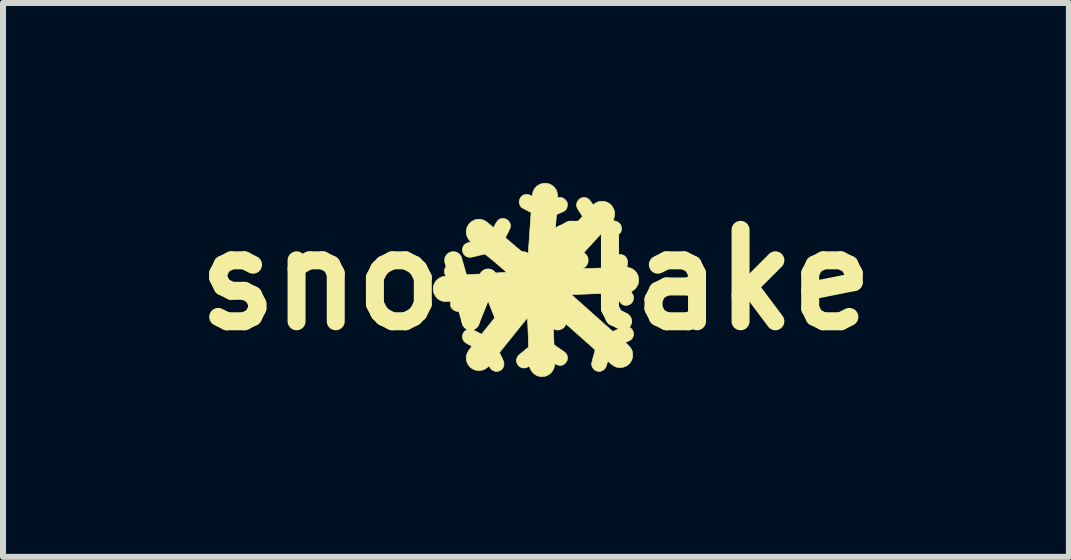
<source format=kicad_pcb>
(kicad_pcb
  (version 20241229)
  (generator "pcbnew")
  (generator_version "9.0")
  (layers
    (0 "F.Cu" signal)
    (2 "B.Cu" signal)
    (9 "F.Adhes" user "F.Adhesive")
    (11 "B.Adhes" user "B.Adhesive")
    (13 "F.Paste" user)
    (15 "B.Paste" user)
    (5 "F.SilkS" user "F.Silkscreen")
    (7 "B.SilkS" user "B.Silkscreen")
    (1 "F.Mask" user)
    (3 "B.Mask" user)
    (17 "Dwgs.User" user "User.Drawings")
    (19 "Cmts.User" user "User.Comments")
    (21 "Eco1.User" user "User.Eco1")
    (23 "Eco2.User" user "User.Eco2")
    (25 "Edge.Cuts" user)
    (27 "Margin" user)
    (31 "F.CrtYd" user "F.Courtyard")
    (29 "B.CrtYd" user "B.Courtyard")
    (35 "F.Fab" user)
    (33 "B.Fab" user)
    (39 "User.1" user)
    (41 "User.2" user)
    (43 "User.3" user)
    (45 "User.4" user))
  (footprint "snowflake"
    (layer "F.Cu")
    (at 5.886 1.617)
    (property "Reference" "snowflake" (at 0 0 0) (layer "F.SilkS") (effects (font (size 1.524 1.524) (thickness 0.3))))
    (attr through_hole)
    (fp_poly (pts (xy 0.179 -1.611) (xy 0.216 -1.602) (xy 0.251 -1.587) (xy 0.282 -1.566) (xy 0.309 -1.539) (xy 0.332 -1.509) (xy 0.348 -1.474) (xy 0.357 -1.436) (xy 0.36 -1.406) (xy 0.36 -1.371) (xy 0.387 -1.374) (xy 0.418 -1.374) (xy 0.445 -1.367) (xy 0.47 -1.353) (xy 0.487 -1.338) (xy 0.507 -1.315) (xy 0.519 -1.291) (xy 0.524 -1.265) (xy 0.524 -1.24) (xy 0.518 -1.21) (xy 0.506 -1.182) (xy 0.487 -1.16) (xy 0.481 -1.155) (xy 0.471 -1.148) (xy 0.455 -1.14) (xy 0.435 -1.13) (xy 0.413 -1.121) (xy 0.405 -1.117) (xy 0.381 -1.107) (xy 0.364 -1.1) (xy 0.352 -1.093) (xy 0.346 -1.089) (xy 0.342 -1.084) (xy 0.342 -1.083) (xy 0.341 -1.077) (xy 0.34 -1.064) (xy 0.338 -1.044) (xy 0.336 -1.018) (xy 0.334 -0.988) (xy 0.331 -0.954) (xy 0.329 -0.917) (xy 0.326 -0.877) (xy 0.323 -0.836) (xy 0.32 -0.795) (xy 0.318 -0.754) (xy 0.315 -0.715) (xy 0.313 -0.677) (xy 0.311 -0.643) (xy 0.309 -0.613) (xy 0.307 -0.587) (xy 0.306 -0.567) (xy 0.306 -0.554) (xy 0.306 -0.548) (xy 0.306 -0.548) (xy 0.309 -0.551) (xy 0.317 -0.559) (xy 0.33 -0.573) (xy 0.347 -0.591) (xy 0.368 -0.613) (xy 0.391 -0.639) (xy 0.418 -0.667) (xy 0.446 -0.698) (xy 0.476 -0.731) (xy 0.507 -0.765) (xy 0.539 -0.799) (xy 0.571 -0.834) (xy 0.602 -0.868) (xy 0.632 -0.901) (xy 0.66 -0.932) (xy 0.687 -0.961) (xy 0.711 -0.988) (xy 0.732 -1.011) (xy 0.749 -1.03) (xy 0.762 -1.045) (xy 0.771 -1.055) (xy 0.774 -1.059) (xy 0.774 -1.059) (xy 0.772 -1.064) (xy 0.767 -1.074) (xy 0.757 -1.089) (xy 0.746 -1.108) (xy 0.733 -1.127) (xy 0.715 -1.155) (xy 0.701 -1.176) (xy 0.691 -1.194) (xy 0.685 -1.207) (xy 0.68 -1.22) (xy 0.678 -1.231) (xy 0.677 -1.243) (xy 0.677 -1.248) (xy 0.681 -1.28) (xy 0.692 -1.308) (xy 0.709 -1.332) (xy 0.733 -1.354) (xy 0.761 -1.368) (xy 0.791 -1.375) (xy 0.822 -1.373) (xy 0.835 -1.37) (xy 0.855 -1.363) (xy 0.872 -1.352) (xy 0.889 -1.337) (xy 0.906 -1.317) (xy 0.921 -1.297) (xy 0.932 -1.281) (xy 0.942 -1.267) (xy 0.948 -1.258) (xy 0.951 -1.254) (xy 0.951 -1.254) (xy 0.955 -1.255) (xy 0.963 -1.26) (xy 0.968 -1.265) (xy 1.004 -1.288) (xy 1.041 -1.303) (xy 1.081 -1.311) (xy 1.12 -1.311) (xy 1.159 -1.304) (xy 1.196 -1.29) (xy 1.231 -1.268) (xy 1.25 -1.251) (xy 1.276 -1.219) (xy 1.295 -1.184) (xy 1.307 -1.147) (xy 1.312 -1.107) (xy 1.31 -1.068) (xy 1.301 -1.035) (xy 1.296 -1.02) (xy 1.291 -1.007) (xy 1.289 -0.999) (xy 1.289 -0.999) (xy 1.289 -0.994) (xy 1.295 -0.99) (xy 1.307 -0.986) (xy 1.313 -0.984) (xy 1.347 -0.973) (xy 1.374 -0.958) (xy 1.395 -0.939) (xy 1.412 -0.916) (xy 1.415 -0.91) (xy 1.422 -0.89) (xy 1.425 -0.866) (xy 1.425 -0.84) (xy 1.421 -0.817) (xy 1.415 -0.801) (xy 1.396 -0.775) (xy 1.372 -0.754) (xy 1.351 -0.742) (xy 1.337 -0.736) (xy 1.321 -0.733) (xy 1.303 -0.733) (xy 1.283 -0.735) (xy 1.258 -0.74) (xy 1.228 -0.748) (xy 1.191 -0.759) (xy 1.183 -0.762) (xy 1.103 -0.788) (xy 1.084 -0.767) (xy 1.057 -0.738) (xy 1.027 -0.705) (xy 0.995 -0.67) (xy 0.961 -0.633) (xy 0.925 -0.594) (xy 0.889 -0.555) (xy 0.853 -0.515) (xy 0.817 -0.475) (xy 0.781 -0.436) (xy 0.746 -0.398) (xy 0.713 -0.361) (xy 0.681 -0.326) (xy 0.652 -0.294) (xy 0.626 -0.265) (xy 0.603 -0.24) (xy 0.584 -0.218) (xy 0.568 -0.201) (xy 0.558 -0.189) (xy 0.552 -0.183) (xy 0.551 -0.182) (xy 0.554 -0.18) (xy 0.564 -0.18) (xy 0.579 -0.18) (xy 0.585 -0.18) (xy 0.595 -0.181) (xy 0.613 -0.181) (xy 0.637 -0.182) (xy 0.668 -0.184) (xy 0.704 -0.185) (xy 0.745 -0.186) (xy 0.79 -0.188) (xy 0.838 -0.19) (xy 0.889 -0.191) (xy 0.94 -0.193) (xy 0.991 -0.195) (xy 1.04 -0.196) (xy 1.085 -0.198) (xy 1.127 -0.2) (xy 1.164 -0.201) (xy 1.196 -0.202) (xy 1.223 -0.203) (xy 1.243 -0.204) (xy 1.255 -0.205) (xy 1.261 -0.205) (xy 1.261 -0.205) (xy 1.262 -0.21) (xy 1.264 -0.221) (xy 1.267 -0.238) (xy 1.27 -0.258) (xy 1.272 -0.272) (xy 1.277 -0.302) (xy 1.281 -0.325) (xy 1.286 -0.343) (xy 1.291 -0.357) (xy 1.297 -0.368) (xy 1.305 -0.379) (xy 1.308 -0.383) (xy 1.331 -0.403) (xy 1.357 -0.416) (xy 1.385 -0.423) (xy 1.413 -0.424) (xy 1.441 -0.418) (xy 1.466 -0.407) (xy 1.489 -0.39) (xy 1.507 -0.368) (xy 1.52 -0.341) (xy 1.524 -0.327) (xy 1.527 -0.311) (xy 1.527 -0.293) (xy 1.525 -0.272) (xy 1.524 -0.265) (xy 1.522 -0.247) (xy 1.52 -0.232) (xy 1.518 -0.222) (xy 1.517 -0.22) (xy 1.518 -0.216) (xy 1.525 -0.212) (xy 1.537 -0.208) (xy 1.546 -0.206) (xy 1.588 -0.193) (xy 1.625 -0.172) (xy 1.655 -0.146) (xy 1.681 -0.113) (xy 1.7 -0.074) (xy 1.701 -0.073) (xy 1.708 -0.046) (xy 1.712 -0.014) (xy 1.712 0.019) (xy 1.708 0.049) (xy 1.703 0.069) (xy 1.684 0.107) (xy 1.659 0.141) (xy 1.627 0.17) (xy 1.608 0.183) (xy 1.597 0.19) (xy 1.59 0.195) (xy 1.587 0.197) (xy 1.59 0.201) (xy 1.595 0.211) (xy 1.6 0.219) (xy 1.613 0.243) (xy 1.621 0.263) (xy 1.625 0.282) (xy 1.626 0.296) (xy 1.623 0.33) (xy 1.613 0.359) (xy 1.595 0.384) (xy 1.574 0.402) (xy 1.549 0.415) (xy 1.521 0.423) (xy 1.492 0.424) (xy 1.464 0.419) (xy 1.455 0.416) (xy 1.441 0.409) (xy 1.429 0.4) (xy 1.416 0.388) (xy 1.403 0.373) (xy 1.389 0.353) (xy 1.372 0.327) (xy 1.354 0.298) (xy 1.338 0.271) (xy 1.325 0.251) (xy 1.316 0.237) (xy 1.309 0.227) (xy 1.303 0.222) (xy 1.299 0.22) (xy 1.298 0.22) (xy 1.289 0.22) (xy 1.273 0.22) (xy 1.25 0.221) (xy 1.221 0.222) (xy 1.188 0.223) (xy 1.15 0.224) (xy 1.109 0.226) (xy 1.065 0.227) (xy 1.019 0.229) (xy 0.972 0.23) (xy 0.925 0.232) (xy 0.878 0.234) (xy 0.832 0.236) (xy 0.788 0.237) (xy 0.747 0.239) (xy 0.709 0.24) (xy 0.675 0.242) (xy 0.645 0.243) (xy 0.622 0.244) (xy 0.605 0.245) (xy 0.595 0.246) (xy 0.593 0.246) (xy 0.596 0.249) (xy 0.605 0.257) (xy 0.619 0.27) (xy 0.638 0.287) (xy 0.661 0.308) (xy 0.689 0.333) (xy 0.719 0.36) (xy 0.753 0.39) (xy 0.788 0.422) (xy 0.826 0.455) (xy 0.865 0.49) (xy 0.905 0.526) (xy 0.945 0.561) (xy 0.985 0.597) (xy 1.024 0.632) (xy 1.062 0.666) (xy 1.099 0.698) (xy 1.133 0.729) (xy 1.165 0.757) (xy 1.194 0.782) (xy 1.219 0.804) (xy 1.239 0.823) (xy 1.255 0.837) (xy 1.266 0.846) (xy 1.27 0.849) (xy 1.281 0.859) (xy 1.376 0.818) (xy 1.406 0.805) (xy 1.429 0.796) (xy 1.447 0.788) (xy 1.461 0.783) (xy 1.472 0.78) (xy 1.481 0.778) (xy 1.49 0.778) (xy 1.5 0.777) (xy 1.503 0.777) (xy 1.532 0.78) (xy 1.557 0.788) (xy 1.58 0.803) (xy 1.589 0.812) (xy 1.608 0.835) (xy 1.62 0.862) (xy 1.626 0.891) (xy 1.625 0.92) (xy 1.618 0.948) (xy 1.604 0.973) (xy 1.585 0.995) (xy 1.571 1.005) (xy 1.56 1.011) (xy 1.544 1.019) (xy 1.526 1.027) (xy 1.523 1.029) (xy 1.49 1.043) (xy 1.534 1.085) (xy 1.562 1.115) (xy 1.583 1.142) (xy 1.598 1.169) (xy 1.607 1.197) (xy 1.612 1.228) (xy 1.613 1.251) (xy 1.609 1.293) (xy 1.598 1.331) (xy 1.58 1.366) (xy 1.556 1.397) (xy 1.526 1.422) (xy 1.492 1.442) (xy 1.454 1.455) (xy 1.412 1.461) (xy 1.401 1.461) (xy 1.371 1.459) (xy 1.343 1.454) (xy 1.317 1.444) (xy 1.29 1.429) (xy 1.261 1.408) (xy 1.234 1.385) (xy 1.22 1.373) (xy 1.208 1.363) (xy 1.201 1.356) (xy 1.198 1.355) (xy 1.196 1.359) (xy 1.192 1.369) (xy 1.188 1.384) (xy 1.183 1.4) (xy 1.177 1.421) (xy 1.169 1.441) (xy 1.162 1.458) (xy 1.158 1.466) (xy 1.139 1.49) (xy 1.115 1.508) (xy 1.087 1.52) (xy 1.057 1.525) (xy 1.026 1.523) (xy 0.996 1.513) (xy 0.996 1.513) (xy 0.973 1.498) (xy 0.954 1.476) (xy 0.939 1.451) (xy 0.929 1.424) (xy 0.927 1.403) (xy 0.928 1.393) (xy 0.932 1.375) (xy 0.937 1.353) (xy 0.944 1.325) (xy 0.952 1.294) (xy 0.957 1.275) (xy 0.967 1.243) (xy 0.973 1.218) (xy 0.979 1.199) (xy 0.982 1.185) (xy 0.984 1.175) (xy 0.984 1.169) (xy 0.983 1.165) (xy 0.981 1.162) (xy 0.98 1.16) (xy 0.975 1.156) (xy 0.965 1.147) (xy 0.95 1.133) (xy 0.929 1.115) (xy 0.905 1.093) (xy 0.877 1.068) (xy 0.845 1.04) (xy 0.811 1.009) (xy 0.775 0.977) (xy 0.737 0.943) (xy 0.697 0.908) (xy 0.657 0.872) (xy 0.616 0.836) (xy 0.575 0.8) (xy 0.535 0.764) (xy 0.497 0.73) (xy 0.46 0.697) (xy 0.425 0.666) (xy 0.392 0.638) (xy 0.363 0.612) (xy 0.338 0.589) (xy 0.316 0.57) (xy 0.3 0.555) (xy 0.288 0.545) (xy 0.282 0.54) (xy 0.281 0.539) (xy 0.281 0.543) (xy 0.281 0.555) (xy 0.282 0.574) (xy 0.283 0.6) (xy 0.284 0.63) (xy 0.285 0.666) (xy 0.287 0.706) (xy 0.288 0.749) (xy 0.29 0.795) (xy 0.29 0.804) (xy 0.292 0.851) (xy 0.294 0.895) (xy 0.295 0.936) (xy 0.297 0.974) (xy 0.298 1.006) (xy 0.299 1.034) (xy 0.3 1.055) (xy 0.3 1.069) (xy 0.3 1.076) (xy 0.3 1.076) (xy 0.304 1.081) (xy 0.315 1.09) (xy 0.332 1.103) (xy 0.356 1.12) (xy 0.387 1.141) (xy 0.395 1.147) (xy 0.426 1.168) (xy 0.452 1.186) (xy 0.471 1.2) (xy 0.486 1.212) (xy 0.497 1.223) (xy 0.506 1.234) (xy 0.512 1.244) (xy 0.517 1.255) (xy 0.519 1.26) (xy 0.524 1.282) (xy 0.524 1.307) (xy 0.521 1.332) (xy 0.518 1.343) (xy 0.507 1.365) (xy 0.49 1.386) (xy 0.47 1.404) (xy 0.456 1.413) (xy 0.441 1.419) (xy 0.427 1.423) (xy 0.409 1.424) (xy 0.402 1.424) (xy 0.385 1.424) (xy 0.369 1.421) (xy 0.353 1.416) (xy 0.335 1.407) (xy 0.317 1.398) (xy 0.315 1.401) (xy 0.313 1.411) (xy 0.31 1.425) (xy 0.31 1.425) (xy 0.3 1.468) (xy 0.282 1.507) (xy 0.258 1.54) (xy 0.228 1.568) (xy 0.192 1.591) (xy 0.171 1.6) (xy 0.147 1.607) (xy 0.118 1.61) (xy 0.089 1.611) (xy 0.062 1.609) (xy 0.052 1.607) (xy 0.036 1.602) (xy 0.017 1.595) (xy 0.003 1.588) (xy -0.023 1.572) (xy -0.047 1.55) (xy -0.069 1.525) (xy -0.087 1.498) (xy -0.1 1.471) (xy -0.104 1.455) (xy -0.106 1.444) (xy -0.109 1.438) (xy -0.11 1.437) (xy -0.114 1.439) (xy -0.124 1.444) (xy -0.131 1.448) (xy -0.159 1.462) (xy -0.187 1.468) (xy -0.216 1.468) (xy -0.244 1.461) (xy -0.269 1.447) (xy -0.291 1.429) (xy -0.309 1.406) (xy -0.32 1.378) (xy -0.325 1.354) (xy -0.323 1.324) (xy -0.314 1.294) (xy -0.301 1.271) (xy -0.294 1.263) (xy -0.282 1.252) (xy -0.265 1.237) (xy -0.245 1.22) (xy -0.223 1.201) (xy -0.211 1.192) (xy -0.189 1.174) (xy -0.169 1.157) (xy -0.151 1.143) (xy -0.138 1.133) (xy -0.13 1.126) (xy -0.128 1.124) (xy -0.127 1.122) (xy -0.126 1.117) (xy -0.125 1.108) (xy -0.125 1.096) (xy -0.125 1.08) (xy -0.125 1.058) (xy -0.126 1.031) (xy -0.127 0.998) (xy -0.128 0.957) (xy -0.13 0.909) (xy -0.131 0.876) (xy -0.133 0.831) (xy -0.135 0.789) (xy -0.136 0.751) (xy -0.138 0.716) (xy -0.139 0.687) (xy -0.14 0.663) (xy -0.141 0.645) (xy -0.141 0.634) (xy -0.142 0.632) (xy -0.145 0.635) (xy -0.152 0.644) (xy -0.164 0.659) (xy -0.181 0.679) (xy -0.201 0.703) (xy -0.224 0.733) (xy -0.251 0.765) (xy -0.28 0.802) (xy -0.311 0.841) (xy -0.345 0.882) (xy -0.376 0.921) (xy -0.609 1.211) (xy -0.572 1.288) (xy -0.559 1.315) (xy -0.55 1.336) (xy -0.543 1.352) (xy -0.539 1.365) (xy -0.536 1.376) (xy -0.535 1.386) (xy -0.534 1.393) (xy -0.536 1.426) (xy -0.545 1.455) (xy -0.561 1.481) (xy -0.582 1.501) (xy -0.608 1.516) (xy -0.638 1.524) (xy -0.655 1.525) (xy -0.687 1.522) (xy -0.716 1.511) (xy -0.742 1.492) (xy -0.764 1.466) (xy -0.771 1.454) (xy -0.783 1.432) (xy -0.806 1.454) (xy -0.838 1.479) (xy -0.874 1.497) (xy -0.911 1.508) (xy -0.95 1.512) (xy -0.988 1.508) (xy -1.026 1.498) (xy -1.061 1.481) (xy -1.093 1.457) (xy -1.104 1.446) (xy -1.128 1.416) (xy -1.145 1.384) (xy -1.157 1.348) (xy -1.159 1.34) (xy -1.163 1.307) (xy -1.162 1.275) (xy -1.155 1.244) (xy -1.142 1.212) (xy -1.122 1.178) (xy -1.096 1.142) (xy -1.072 1.113) (xy -1.071 1.11) (xy -1.072 1.106) (xy -1.076 1.102) (xy -1.086 1.096) (xy -1.101 1.087) (xy -1.118 1.079) (xy -1.146 1.063) (xy -1.168 1.05) (xy -1.184 1.038) (xy -1.197 1.026) (xy -1.207 1.013) (xy -1.214 1) (xy -1.223 0.972) (xy -1.226 0.942) (xy -1.222 0.912) (xy -1.214 0.891) (xy -1.195 0.863) (xy -1.172 0.843) (xy -1.144 0.829) (xy -1.113 0.822) (xy -1.092 0.822) (xy -1.082 0.823) (xy -1.072 0.825) (xy -1.062 0.828) (xy -1.049 0.833) (xy -1.033 0.84) (xy -1.013 0.851) (xy -0.986 0.864) (xy -0.985 0.865) (xy -0.906 0.905) (xy -0.662 0.6) (xy -0.627 0.556) (xy -0.593 0.514) (xy -0.561 0.474) (xy -0.532 0.437) (xy -0.505 0.403) (xy -0.481 0.373) (xy -0.46 0.347) (xy -0.444 0.325) (xy -0.431 0.309) (xy -0.423 0.299) (xy -0.42 0.294) (xy -0.42 0.294) (xy -0.424 0.294) (xy -0.436 0.295) (xy -0.455 0.296) (xy -0.48 0.297) (xy -0.511 0.299) (xy -0.547 0.301) (xy -0.586 0.304) (xy -0.629 0.306) (xy -0.674 0.309) (xy -0.721 0.312) (xy -0.77 0.315) (xy -0.818 0.318) (xy -0.866 0.321) (xy -0.913 0.324) (xy -0.959 0.327) (xy -1.001 0.33) (xy -1.04 0.333) (xy -1.075 0.335) (xy -1.106 0.337) (xy -1.13 0.339) (xy -1.149 0.34) (xy -1.16 0.341) (xy -1.164 0.341) (xy -1.165 0.346) (xy -1.167 0.357) (xy -1.17 0.373) (xy -1.173 0.39) (xy -1.179 0.42) (xy -1.186 0.444) (xy -1.194 0.462) (xy -1.205 0.478) (xy -1.219 0.492) (xy -1.22 0.493) (xy -1.246 0.511) (xy -1.275 0.522) (xy -1.305 0.525) (xy -1.334 0.521) (xy -1.363 0.508) (xy -1.384 0.492) (xy -1.402 0.475) (xy -1.414 0.459) (xy -1.421 0.441) (xy -1.424 0.419) (xy -1.425 0.398) (xy -1.425 0.358) (xy -1.482 0.359) (xy -1.507 0.359) (xy -1.525 0.359) (xy -1.539 0.358) (xy -1.551 0.356) (xy -1.563 0.352) (xy -1.566 0.351) (xy -1.598 0.339) (xy -1.625 0.323) (xy -1.649 0.302) (xy -1.653 0.297) (xy -1.679 0.265) (xy -1.698 0.229) (xy -1.71 0.19) (xy -1.714 0.15) (xy -1.71 0.11) (xy -1.698 0.07) (xy -1.688 0.05) (xy -1.665 0.016) (xy -1.636 -0.013) (xy -1.602 -0.036) (xy -1.564 -0.052) (xy -1.532 -0.059) (xy -1.518 -0.061) (xy -1.508 -0.063) (xy -1.505 -0.065) (xy -1.506 -0.069) (xy -1.51 -0.078) (xy -1.515 -0.089) (xy -1.523 -0.114) (xy -1.527 -0.142) (xy -1.524 -0.17) (xy -1.517 -0.194) (xy -1.516 -0.195) (xy -1.499 -0.222) (xy -1.476 -0.244) (xy -1.449 -0.259) (xy -1.419 -0.267) (xy -1.387 -0.267) (xy -1.36 -0.261) (xy -1.346 -0.255) (xy -1.333 -0.247) (xy -1.32 -0.237) (xy -1.307 -0.222) (xy -1.293 -0.203) (xy -1.276 -0.178) (xy -1.262 -0.155) (xy -1.248 -0.133) (xy -1.236 -0.114) (xy -1.226 -0.098) (xy -1.219 -0.088) (xy -1.216 -0.083) (xy -1.215 -0.083) (xy -1.211 -0.083) (xy -1.199 -0.083) (xy -1.18 -0.084) (xy -1.154 -0.086) (xy -1.124 -0.088) (xy -1.088 -0.09) (xy -1.049 -0.092) (xy -1.006 -0.095) (xy -0.961 -0.097) (xy -0.914 -0.1) (xy -0.867 -0.103) (xy -0.819 -0.106) (xy -0.771 -0.109) (xy -0.725 -0.112) (xy -0.681 -0.115) (xy -0.64 -0.118) (xy -0.602 -0.12) (xy -0.569 -0.122) (xy -0.541 -0.124) (xy -0.518 -0.126) (xy -0.503 -0.127) (xy -0.494 -0.128) (xy -0.493 -0.128) (xy -0.495 -0.131) (xy -0.503 -0.139) (xy -0.516 -0.15) (xy -0.533 -0.166) (xy -0.554 -0.184) (xy -0.579 -0.205) (xy -0.605 -0.228) (xy -0.633 -0.252) (xy -0.662 -0.277) (xy -0.692 -0.302) (xy -0.72 -0.326) (xy -0.748 -0.349) (xy -0.774 -0.37) (xy -0.797 -0.389) (xy -0.817 -0.406) (xy -0.833 -0.418) (xy -0.844 -0.427) (xy -0.85 -0.431) (xy -0.85 -0.431) (xy -0.856 -0.43) (xy -0.869 -0.428) (xy -0.888 -0.424) (xy -0.912 -0.418) (xy -0.939 -0.412) (xy -0.969 -0.404) (xy -0.97 -0.404) (xy -1.004 -0.396) (xy -1.031 -0.389) (xy -1.053 -0.384) (xy -1.07 -0.381) (xy -1.083 -0.379) (xy -1.094 -0.378) (xy -1.104 -0.378) (xy -1.111 -0.378) (xy -1.14 -0.382) (xy -1.164 -0.392) (xy -1.185 -0.408) (xy -1.19 -0.413) (xy -1.21 -0.44) (xy -1.222 -0.469) (xy -1.227 -0.499) (xy -1.223 -0.53) (xy -1.222 -0.534) (xy -1.209 -0.564) (xy -1.19 -0.589) (xy -1.164 -0.608) (xy -1.132 -0.621) (xy -1.121 -0.625) (xy -1.106 -0.628) (xy -1.094 -0.631) (xy -1.089 -0.633) (xy -1.089 -0.633) (xy -1.09 -0.637) (xy -1.097 -0.645) (xy -1.106 -0.656) (xy -1.107 -0.657) (xy -1.131 -0.691) (xy -1.149 -0.728) (xy -1.16 -0.768) (xy -1.163 -0.808) (xy -1.161 -0.83) (xy -1.151 -0.87) (xy -1.134 -0.906) (xy -1.111 -0.938) (xy -1.083 -0.965) (xy -1.051 -0.986) (xy -1.016 -1.002) (xy -0.978 -1.01) (xy -0.939 -1.012) (xy -0.9 -1.005) (xy -0.873 -0.996) (xy -0.847 -0.983) (xy -0.82 -0.965) (xy -0.789 -0.941) (xy -0.789 -0.941) (xy -0.772 -0.926) (xy -0.754 -0.911) (xy -0.738 -0.897) (xy -0.729 -0.89) (xy -0.708 -0.872) (xy -0.679 -0.925) (xy -0.66 -0.958) (xy -0.642 -0.983) (xy -0.623 -1.002) (xy -0.604 -1.014) (xy -0.582 -1.022) (xy -0.557 -1.024) (xy -0.55 -1.024) (xy -0.518 -1.02) (xy -0.489 -1.009) (xy -0.464 -0.99) (xy -0.444 -0.965) (xy -0.438 -0.954) (xy -0.431 -0.939) (xy -0.428 -0.924) (xy -0.427 -0.906) (xy -0.427 -0.9) (xy -0.427 -0.89) (xy -0.427 -0.881) (xy -0.429 -0.872) (xy -0.432 -0.863) (xy -0.438 -0.85) (xy -0.445 -0.834) (xy -0.456 -0.812) (xy -0.467 -0.789) (xy -0.479 -0.765) (xy -0.49 -0.743) (xy -0.499 -0.725) (xy -0.505 -0.712) (xy -0.508 -0.705) (xy -0.508 -0.704) (xy -0.505 -0.701) (xy -0.496 -0.692) (xy -0.482 -0.68) (xy -0.463 -0.664) (xy -0.441 -0.645) (xy -0.416 -0.623) (xy -0.389 -0.6) (xy -0.36 -0.575) (xy -0.33 -0.55) (xy -0.3 -0.525) (xy -0.27 -0.5) (xy -0.242 -0.477) (xy -0.215 -0.455) (xy -0.191 -0.435) (xy -0.17 -0.418) (xy -0.153 -0.405) (xy -0.141 -0.395) (xy -0.134 -0.39) (xy -0.132 -0.39) (xy -0.132 -0.395) (xy -0.131 -0.408) (xy -0.129 -0.428) (xy -0.128 -0.454) (xy -0.125 -0.487) (xy -0.123 -0.524) (xy -0.12 -0.567) (xy -0.117 -0.613) (xy -0.113 -0.662) (xy -0.11 -0.714) (xy -0.108 -0.737) (xy -0.105 -0.79) (xy -0.101 -0.842) (xy -0.098 -0.89) (xy -0.094 -0.936) (xy -0.092 -0.977) (xy -0.089 -1.014) (xy -0.087 -1.045) (xy -0.085 -1.07) (xy -0.084 -1.088) (xy -0.083 -1.099) (xy -0.083 -1.101) (xy -0.08 -1.124) (xy -0.154 -1.161) (xy -0.177 -1.173) (xy -0.199 -1.184) (xy -0.218 -1.195) (xy -0.232 -1.203) (xy -0.24 -1.208) (xy -0.249 -1.218) (xy -0.259 -1.232) (xy -0.266 -1.245) (xy -0.277 -1.276) (xy -0.28 -1.307) (xy -0.274 -1.337) (xy -0.261 -1.365) (xy -0.248 -1.383) (xy -0.225 -1.404) (xy -0.202 -1.417) (xy -0.175 -1.423) (xy -0.157 -1.424) (xy -0.138 -1.424) (xy -0.123 -1.422) (xy -0.108 -1.416) (xy -0.096 -1.411) (xy -0.082 -1.404) (xy -0.071 -1.4) (xy -0.066 -1.398) (xy -0.065 -1.398) (xy -0.064 -1.403) (xy -0.062 -1.413) (xy -0.059 -1.428) (xy -0.059 -1.428) (xy -0.049 -1.47) (xy -0.031 -1.509) (xy -0.007 -1.542) (xy 0.023 -1.569) (xy 0.058 -1.591) (xy 0.098 -1.606) (xy 0.1 -1.606) (xy 0.14 -1.612) (xy 0.179 -1.611)) (stroke (width 0.01) (type solid)) (fill yes) (layer "F.SilkS")))
  (gr_rect
    (start -3 -3)
    (end 14.771 6.234)
    (stroke (width 0.1) (type default))
    (fill no)
    (layer "Edge.Cuts")))
</source>
